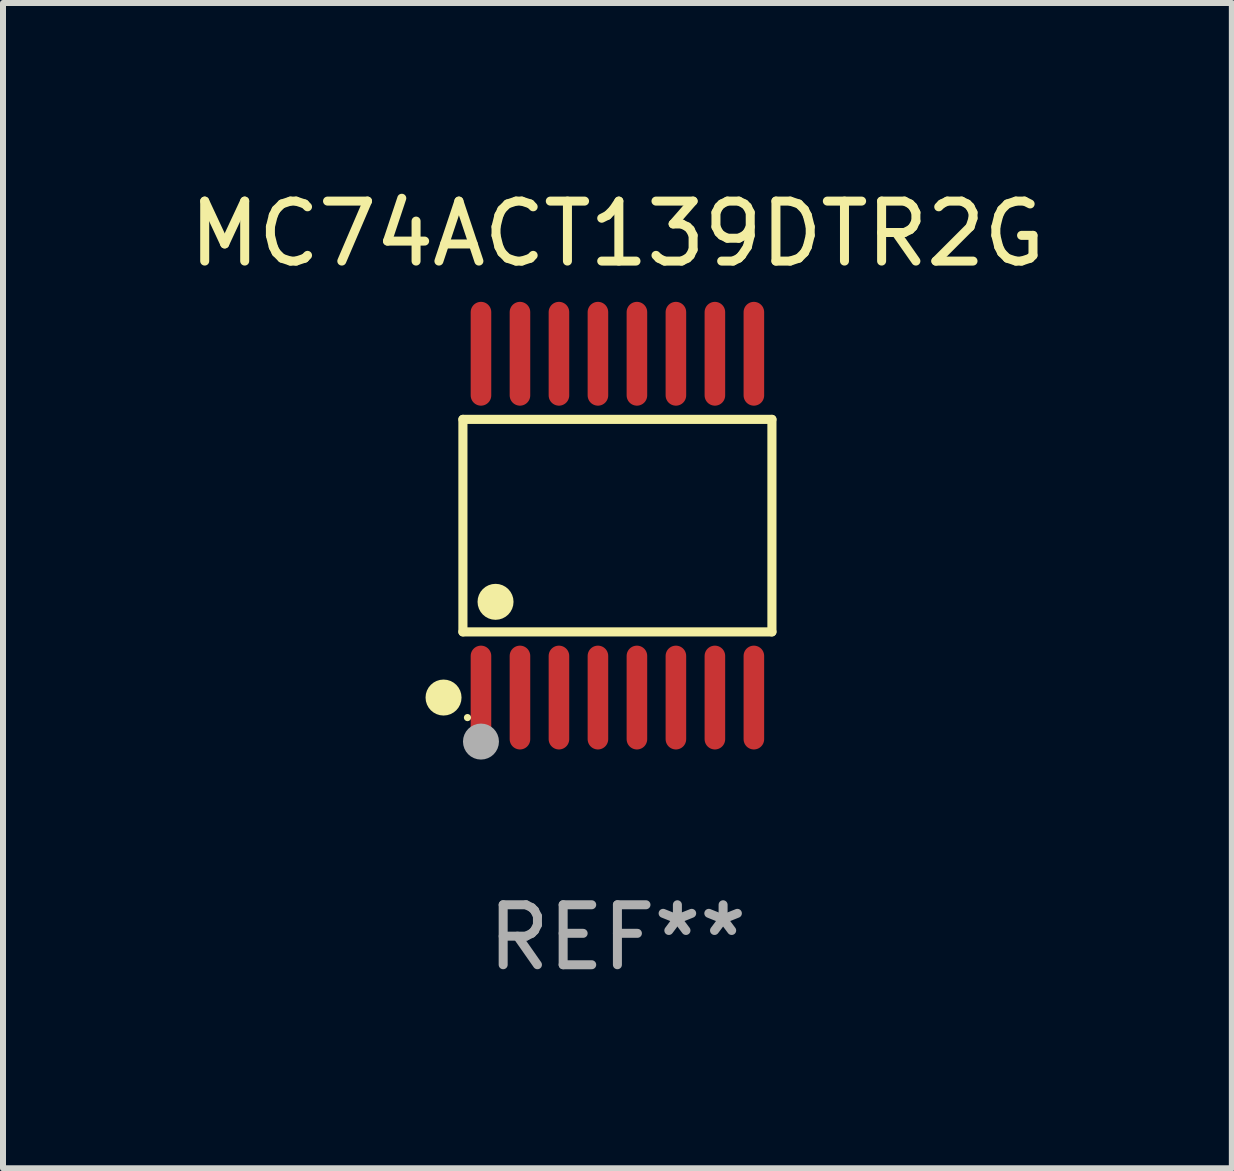
<source format=kicad_pcb>
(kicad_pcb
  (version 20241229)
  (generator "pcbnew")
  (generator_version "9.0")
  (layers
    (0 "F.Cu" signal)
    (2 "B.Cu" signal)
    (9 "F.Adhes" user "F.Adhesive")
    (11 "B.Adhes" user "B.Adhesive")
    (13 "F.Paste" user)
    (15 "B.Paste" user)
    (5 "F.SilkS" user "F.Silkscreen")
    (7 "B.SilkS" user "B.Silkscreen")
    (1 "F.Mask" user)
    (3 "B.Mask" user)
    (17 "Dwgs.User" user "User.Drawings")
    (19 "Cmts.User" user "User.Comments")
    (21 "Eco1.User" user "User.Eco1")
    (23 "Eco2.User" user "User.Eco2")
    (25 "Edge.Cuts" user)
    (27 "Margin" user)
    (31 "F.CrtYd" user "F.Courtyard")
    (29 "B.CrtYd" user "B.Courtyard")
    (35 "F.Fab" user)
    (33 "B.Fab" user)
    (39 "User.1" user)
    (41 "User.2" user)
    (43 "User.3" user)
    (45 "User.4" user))
  (footprint "MC74ACT139DTR2G"
    (layer "F.Cu")
    (at 7.244 5.714)
    (property "Reference" "MC74ACT139DTR2G" (at 0 -4.866 0) (layer "F.SilkS") (effects (font (size 1 1) (thickness 0.15))))
    (attr through_hole)
    (fp_line (start -2.576 -1.772) (end 2.576 -1.772) (stroke (width 0.152) (type solid)) (layer "F.SilkS"))
    (fp_line (start -2.576 1.771) (end -2.576 -1.772) (stroke (width 0.152) (type solid)) (layer "F.SilkS"))
    (fp_line (start 2.576 -1.772) (end 2.576 1.771) (stroke (width 0.152) (type solid)) (layer "F.SilkS"))
    (fp_line (start 2.576 1.771) (end -2.576 1.771) (stroke (width 0.152) (type solid)) (layer "F.SilkS"))
    (fp_circle (center -2.899 2.866) (end -2.749 2.866) (stroke (width 0.3) (type solid)) (fill no) (layer "F.SilkS"))
    (fp_circle (center -2.5 3.2) (end -2.47 3.2) (stroke (width 0.06) (type solid)) (fill no) (layer "F.SilkS"))
    (fp_circle (center -2.032 1.27) (end -1.882 1.27) (stroke (width 0.3) (type solid)) (fill no) (layer "F.SilkS"))
    (fp_circle (center -2.275 3.6) (end -2.125 3.6) (stroke (width 0.3) (type solid)) (fill no) (layer "F.Fab"))
    (fp_text user "REF**" (at 0 6.866 0) (layer "F.Fab") (effects (font (size 1 1) (thickness 0.15))))
    (pad "1" smd oval (at -2.275 2.866) (size 0.343 1.731) (layers "F.Cu" "F.Mask" "F.Paste"))
    (pad "2" smd oval (at -1.625 2.866) (size 0.343 1.731) (layers "F.Cu" "F.Mask" "F.Paste"))
    (pad "3" smd oval (at -0.975 2.866) (size 0.343 1.731) (layers "F.Cu" "F.Mask" "F.Paste"))
    (pad "4" smd oval (at -0.325 2.866) (size 0.343 1.731) (layers "F.Cu" "F.Mask" "F.Paste"))
    (pad "5" smd oval (at 0.325 2.866) (size 0.343 1.731) (layers "F.Cu" "F.Mask" "F.Paste"))
    (pad "6" smd oval (at 0.975 2.866) (size 0.343 1.731) (layers "F.Cu" "F.Mask" "F.Paste"))
    (pad "7" smd oval (at 1.625 2.866) (size 0.343 1.731) (layers "F.Cu" "F.Mask" "F.Paste"))
    (pad "8" smd oval (at 2.275 2.866) (size 0.343 1.731) (layers "F.Cu" "F.Mask" "F.Paste"))
    (pad "9" smd oval (at 2.275 -2.866) (size 0.343 1.731) (layers "F.Cu" "F.Mask" "F.Paste"))
    (pad "10" smd oval (at 1.625 -2.866) (size 0.343 1.731) (layers "F.Cu" "F.Mask" "F.Paste"))
    (pad "11" smd oval (at 0.975 -2.866) (size 0.343 1.731) (layers "F.Cu" "F.Mask" "F.Paste"))
    (pad "12" smd oval (at 0.325 -2.866) (size 0.343 1.731) (layers "F.Cu" "F.Mask" "F.Paste"))
    (pad "13" smd oval (at -0.325 -2.866) (size 0.343 1.731) (layers "F.Cu" "F.Mask" "F.Paste"))
    (pad "14" smd oval (at -0.975 -2.866) (size 0.343 1.731) (layers "F.Cu" "F.Mask" "F.Paste"))
    (pad "15" smd oval (at -1.625 -2.866) (size 0.343 1.731) (layers "F.Cu" "F.Mask" "F.Paste"))
    (pad "16" smd oval (at -2.275 -2.866) (size 0.343 1.731) (layers "F.Cu" "F.Mask" "F.Paste")))
  (gr_rect
    (start -3 -3)
    (end 17.488 16.428)
    (stroke (width 0.1) (type default))
    (fill no)
    (layer "Edge.Cuts")))
</source>
